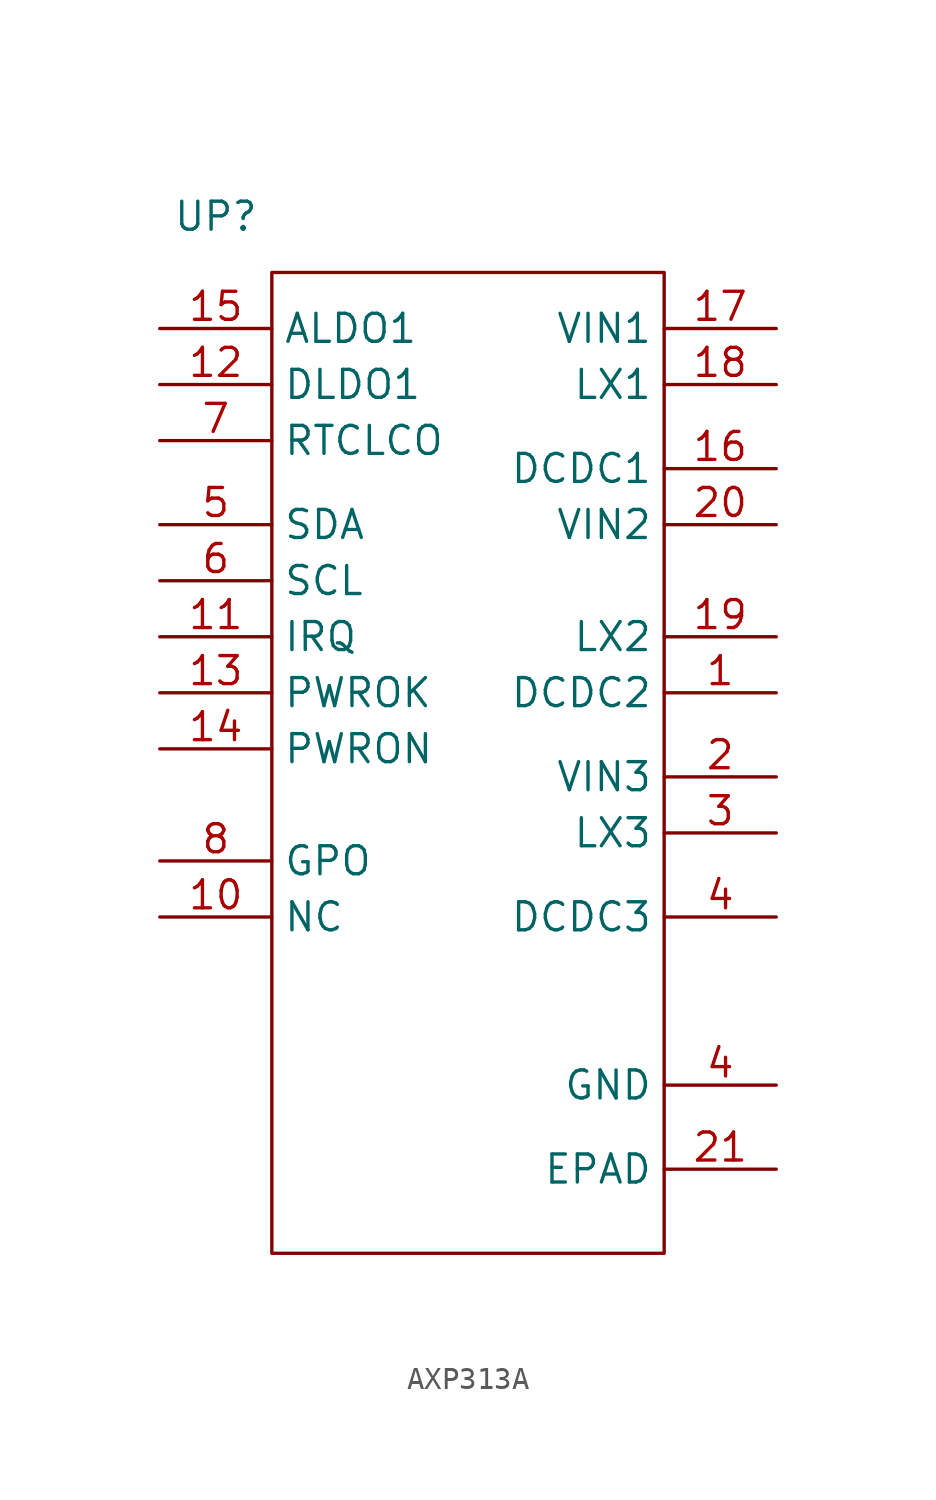
<source format=kicad_sym>
(kicad_symbol_lib
  (version 20220914)
  (generator kicad_symbol_editor)
  (symbol "AXP313A"
    (property "Reference" "UP"
      (at 0 0 0)
      (effects (font (size 1.27 1.27))))
    (property "Value" ""
      (at 0 0 0)
      (effects (font (size 1.27 1.27))))
    (symbol "AXP313A_0_1"
      (rectangle (start 2.54 -2.54) (end 20.32 -46.99) (stroke (width 0) (type default)) (fill (type none))))
    (symbol "AXP313A_1_1"
      (pin passive line (at 25.4 -21.59 180) (length 5.08) (name "DCDC2" (effects (font (size 1.27 1.27)))) (number "1" (effects (font (size 1.27 1.27)))))
      (pin passive line (at -2.54 -31.75 0) (length 5.08) (name "NC" (effects (font (size 1.27 1.27)))) (number "10" (effects (font (size 1.27 1.27)))))
      (pin passive line (at -2.54 -19.05 0) (length 5.08) (name "IRQ" (effects (font (size 1.27 1.27)))) (number "11" (effects (font (size 1.27 1.27)))))
      (pin passive line (at -2.54 -7.62 0) (length 5.08) (name "DLDO1" (effects (font (size 1.27 1.27)))) (number "12" (effects (font (size 1.27 1.27)))))
      (pin passive line (at -2.54 -21.59 0) (length 5.08) (name "PWROK" (effects (font (size 1.27 1.27)))) (number "13" (effects (font (size 1.27 1.27)))))
      (pin passive line (at -2.54 -24.13 0) (length 5.08) (name "PWRON" (effects (font (size 1.27 1.27)))) (number "14" (effects (font (size 1.27 1.27)))))
      (pin passive line (at -2.54 -5.08 0) (length 5.08) (name "ALDO1" (effects (font (size 1.27 1.27)))) (number "15" (effects (font (size 1.27 1.27)))))
      (pin passive line (at 25.4 -11.43 180) (length 5.08) (name "DCDC1" (effects (font (size 1.27 1.27)))) (number "16" (effects (font (size 1.27 1.27)))))
      (pin passive line (at 25.4 -5.08 180) (length 5.08) (name "VIN1" (effects (font (size 1.27 1.27)))) (number "17" (effects (font (size 1.27 1.27)))))
      (pin passive line (at 25.4 -7.62 180) (length 5.08) (name "LX1" (effects (font (size 1.27 1.27)))) (number "18" (effects (font (size 1.27 1.27)))))
      (pin passive line (at 25.4 -19.05 180) (length 5.08) (name "LX2" (effects (font (size 1.27 1.27)))) (number "19" (effects (font (size 1.27 1.27)))))
      (pin passive line (at 25.4 -25.4 180) (length 5.08) (name "VIN3" (effects (font (size 1.27 1.27)))) (number "2" (effects (font (size 1.27 1.27)))))
      (pin passive line (at 25.4 -13.97 180) (length 5.08) (name "VIN2" (effects (font (size 1.27 1.27)))) (number "20" (effects (font (size 1.27 1.27)))))
      (pin passive line (at 25.4 -43.18 180) (length 5.08) (name "EPAD" (effects (font (size 1.27 1.27)))) (number "21" (effects (font (size 1.27 1.27)))))
      (pin passive line (at 25.4 -27.94 180) (length 5.08) (name "LX3" (effects (font (size 1.27 1.27)))) (number "3" (effects (font (size 1.27 1.27)))))
      (pin passive line (at 25.4 -31.75 180) (length 5.08) (name "DCDC3" (effects (font (size 1.27 1.27)))) (number "4" (effects (font (size 1.27 1.27)))))
      (pin passive line (at 25.4 -39.37 180) (length 5.08) (name "GND" (effects (font (size 1.27 1.27)))) (number "4" (effects (font (size 1.27 1.27)))))
      (pin passive line (at -2.54 -13.97 0) (length 5.08) (name "SDA" (effects (font (size 1.27 1.27)))) (number "5" (effects (font (size 1.27 1.27)))))
      (pin passive line (at -2.54 -16.51 0) (length 5.08) (name "SCL" (effects (font (size 1.27 1.27)))) (number "6" (effects (font (size 1.27 1.27)))))
      (pin passive line (at -2.54 -10.16 0) (length 5.08) (name "RTCLCO" (effects (font (size 1.27 1.27)))) (number "7" (effects (font (size 1.27 1.27)))))
      (pin passive line (at -2.54 -29.21 0) (length 5.08) (name "GPO" (effects (font (size 1.27 1.27)))) (number "8" (effects (font (size 1.27 1.27))))))))
</source>
